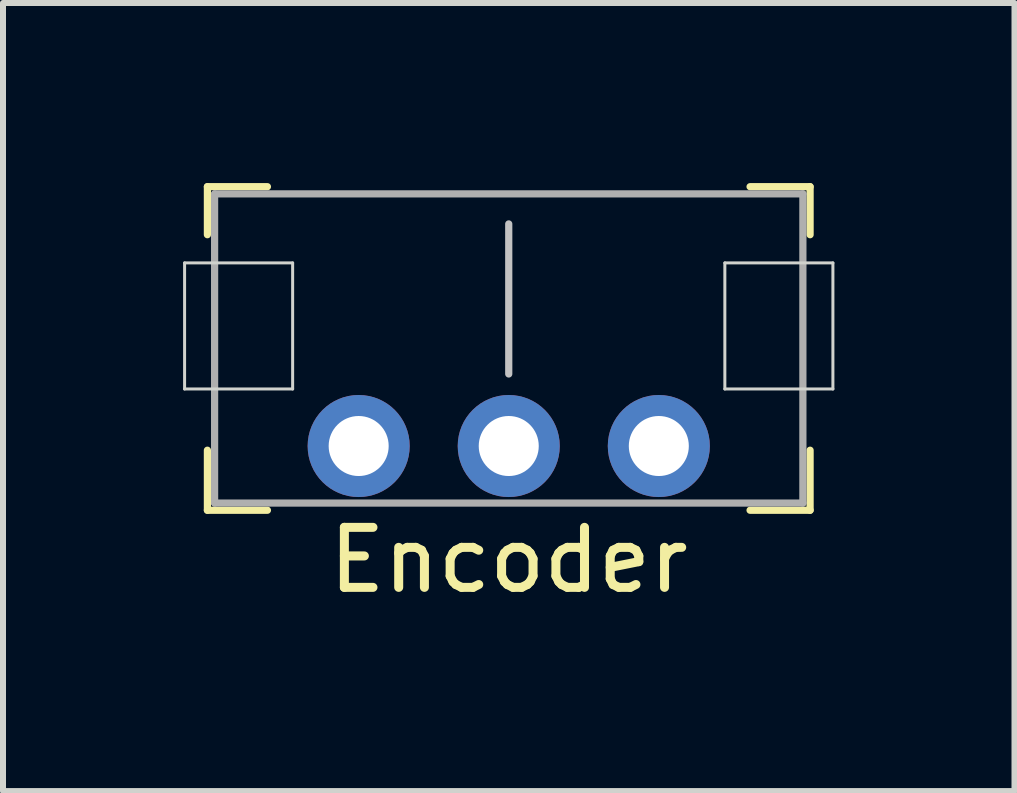
<source format=kicad_pcb>
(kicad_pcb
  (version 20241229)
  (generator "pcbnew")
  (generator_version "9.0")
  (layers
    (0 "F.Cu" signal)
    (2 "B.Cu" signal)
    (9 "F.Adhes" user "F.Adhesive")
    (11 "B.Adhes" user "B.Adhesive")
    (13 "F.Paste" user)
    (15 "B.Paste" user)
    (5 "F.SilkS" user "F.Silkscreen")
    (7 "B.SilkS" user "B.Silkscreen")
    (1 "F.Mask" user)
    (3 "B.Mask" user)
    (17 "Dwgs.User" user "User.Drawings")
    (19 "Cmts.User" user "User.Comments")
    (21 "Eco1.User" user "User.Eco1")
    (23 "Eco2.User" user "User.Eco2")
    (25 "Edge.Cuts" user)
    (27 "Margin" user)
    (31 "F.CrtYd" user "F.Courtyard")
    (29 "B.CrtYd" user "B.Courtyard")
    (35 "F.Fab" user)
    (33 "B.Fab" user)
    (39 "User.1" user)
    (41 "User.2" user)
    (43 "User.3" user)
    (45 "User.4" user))
  (footprint "Encoder"
    (layer "F.Cu")
    (at 5.425 4.38)
    (property "Reference" "Encoder" (at 0 1.9 0) (layer "F.SilkS") (effects (font (size 1 1) (thickness 0.15))))
    (attr through_hole)
    (fp_line (start -5.02 -4.32) (end -5.02 -3.52) (stroke (width 0.12) (type solid)) (layer "F.SilkS"))
    (fp_line (start -5.02 -4.32) (end -4.02 -4.32) (stroke (width 0.12) (type solid)) (layer "F.SilkS"))
    (fp_line (start -5.02 1.07) (end -5.02 0.07) (stroke (width 0.12) (type solid)) (layer "F.SilkS"))
    (fp_line (start -5.02 1.07) (end -4.02 1.07) (stroke (width 0.12) (type solid)) (layer "F.SilkS"))
    (fp_line (start 5.02 -4.32) (end 4.02 -4.32) (stroke (width 0.12) (type solid)) (layer "F.SilkS"))
    (fp_line (start 5.02 -4.32) (end 5.02 -3.52) (stroke (width 0.12) (type solid)) (layer "F.SilkS"))
    (fp_line (start 5.02 1.07) (end 4.02 1.07) (stroke (width 0.12) (type solid)) (layer "F.SilkS"))
    (fp_line (start 5.02 1.07) (end 5.02 0.07) (stroke (width 0.12) (type solid)) (layer "F.SilkS"))
    (fp_line (start 0 -1.2) (end 0 -3.7) (stroke (width 0.12) (type solid)) (layer "Dwgs.User"))
    (fp_line (start -5.4 -3.05) (end -5.4 -0.95) (stroke (width 0.05) (type solid)) (layer "Edge.Cuts"))
    (fp_line (start -5.4 -3.05) (end -3.6 -3.05) (stroke (width 0.05) (type solid)) (layer "Edge.Cuts"))
    (fp_line (start -5.4 -0.95) (end -3.6 -0.95) (stroke (width 0.05) (type solid)) (layer "Edge.Cuts"))
    (fp_line (start -3.6 -0.95) (end -3.6 -3.05) (stroke (width 0.05) (type solid)) (layer "Edge.Cuts"))
    (fp_line (start 3.6 -3.05) (end 3.6 -0.95) (stroke (width 0.05) (type solid)) (layer "Edge.Cuts"))
    (fp_line (start 3.6 -3.05) (end 5.4 -3.05) (stroke (width 0.05) (type solid)) (layer "Edge.Cuts"))
    (fp_line (start 3.6 -0.95) (end 5.4 -0.95) (stroke (width 0.05) (type solid)) (layer "Edge.Cuts"))
    (fp_line (start 5.4 -0.95) (end 5.4 -3.05) (stroke (width 0.05) (type solid)) (layer "Edge.Cuts"))
    (fp_line (start -4.9 -4.2) (end 4.9 -4.2) (stroke (width 0.12) (type solid)) (layer "F.Fab"))
    (fp_line (start -4.9 0.95) (end -4.9 -4.2) (stroke (width 0.12) (type solid)) (layer "F.Fab"))
    (fp_line (start 4.9 -4.2) (end 4.9 0.95) (stroke (width 0.12) (type solid)) (layer "F.Fab"))
    (fp_line (start 4.9 0.95) (end -4.9 0.95) (stroke (width 0.12) (type solid)) (layer "F.Fab"))
    (pad "A" thru_hole circle (at -2.5 0) (size 1.7 1.7) (drill 1) (layers "*.Cu" "*.Mask"))
    (pad "B" thru_hole circle (at 0 0) (size 1.7 1.7) (drill 1) (layers "*.Cu" "*.Mask"))
    (pad "C" thru_hole circle (at 2.5 0) (size 1.7 1.7) (drill 1) (layers "*.Cu" "*.Mask")))
  (gr_rect
    (start -3 -3)
    (end 13.85 10.128)
    (stroke (width 0.1) (type default))
    (fill no)
    (layer "Edge.Cuts")))
</source>
